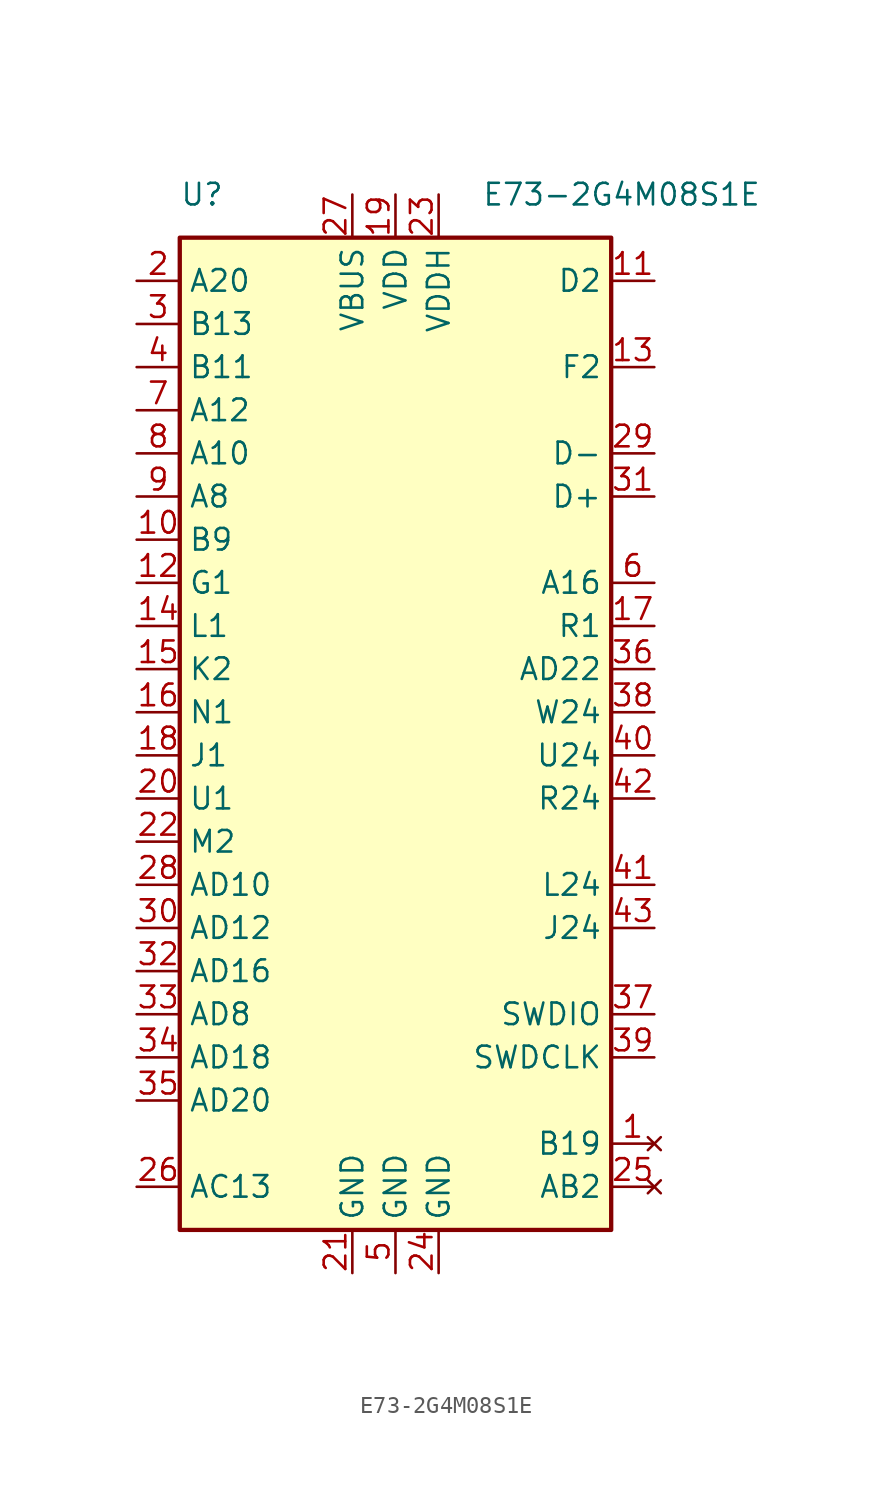
<source format=kicad_sym>
(kicad_symbol_lib
  (version 20211014)
  (generator kicad_symbol_editor)
  (symbol "E73-2G4M08S1E"
    (property "Reference" "U"
      (at -12.7 30.48 0)
      (effects (font (size 1.27 1.27)) (justify left)))
    (property "Value" "E73-2G4M08S1E"
      (at 5.08 30.48 0)
      (effects (font (size 1.27 1.27)) (justify left)))
    (symbol "E73-2G4M08S1E_0_0"
      (pin bidirectional line (at 15.24 -5.08 180) (length 2.54) (name "R24" (effects (font (size 1.27 1.27)))) (number "42" (effects (font (size 1.27 1.27)))))
      (pin bidirectional line (at 15.24 -12.7 180) (length 2.54) (name "J24" (effects (font (size 1.27 1.27)))) (number "43" (effects (font (size 1.27 1.27))))))
    (symbol "E73-2G4M08S1E_0_1"
      (rectangle (start -12.7 27.94) (end 12.7 -30.48) (stroke (width 0.254) (type default) (color 0 0 0 0)) (fill (type background))))
    (symbol "E73-2G4M08S1E_1_1"
      (pin no_connect line (at 15.24 -25.4 180) (length 2.54) (name "B19" (effects (font (size 1.27 1.27)))) (number "1" (effects (font (size 1.27 1.27)))))
      (pin bidirectional line (at -15.24 10.16 0) (length 2.54) (name "B9" (effects (font (size 1.27 1.27)))) (number "10" (effects (font (size 1.27 1.27)))))
      (pin bidirectional line (at 15.24 25.4 180) (length 2.54) (name "D2" (effects (font (size 1.27 1.27)))) (number "11" (effects (font (size 1.27 1.27)))))
      (pin bidirectional line (at -15.24 7.62 0) (length 2.54) (name "G1" (effects (font (size 1.27 1.27)))) (number "12" (effects (font (size 1.27 1.27)))))
      (pin bidirectional line (at 15.24 20.32 180) (length 2.54) (name "F2" (effects (font (size 1.27 1.27)))) (number "13" (effects (font (size 1.27 1.27)))))
      (pin bidirectional line (at -15.24 5.08 0) (length 2.54) (name "L1" (effects (font (size 1.27 1.27)))) (number "14" (effects (font (size 1.27 1.27)))))
      (pin bidirectional line (at -15.24 2.54 0) (length 2.54) (name "K2" (effects (font (size 1.27 1.27)))) (number "15" (effects (font (size 1.27 1.27)))))
      (pin bidirectional line (at -15.24 0 0) (length 2.54) (name "N1" (effects (font (size 1.27 1.27)))) (number "16" (effects (font (size 1.27 1.27)))))
      (pin bidirectional line (at 15.24 5.08 180) (length 2.54) (name "R1" (effects (font (size 1.27 1.27)))) (number "17" (effects (font (size 1.27 1.27)))))
      (pin bidirectional line (at -15.24 -2.54 0) (length 2.54) (name "J1" (effects (font (size 1.27 1.27)))) (number "18" (effects (font (size 1.27 1.27)))))
      (pin passive line (at 0 30.48 270) (length 2.54) (name "VDD" (effects (font (size 1.27 1.27)))) (number "19" (effects (font (size 1.27 1.27)))))
      (pin bidirectional line (at -15.24 25.4 0) (length 2.54) (name "A20" (effects (font (size 1.27 1.27)))) (number "2" (effects (font (size 1.27 1.27)))))
      (pin bidirectional line (at -15.24 -5.08 0) (length 2.54) (name "U1" (effects (font (size 1.27 1.27)))) (number "20" (effects (font (size 1.27 1.27)))))
      (pin power_in line (at -2.54 -33.02 90) (length 2.54) (name "GND" (effects (font (size 1.27 1.27)))) (number "21" (effects (font (size 1.27 1.27)))))
      (pin bidirectional line (at -15.24 -7.62 0) (length 2.54) (name "M2" (effects (font (size 1.27 1.27)))) (number "22" (effects (font (size 1.27 1.27)))))
      (pin passive line (at 2.54 30.48 270) (length 2.54) (name "VDDH" (effects (font (size 1.27 1.27)))) (number "23" (effects (font (size 1.27 1.27)))))
      (pin power_in line (at 2.54 -33.02 90) (length 2.54) (name "GND" (effects (font (size 1.27 1.27)))) (number "24" (effects (font (size 1.27 1.27)))))
      (pin no_connect line (at 15.24 -27.94 180) (length 2.54) (name "AB2" (effects (font (size 1.27 1.27)))) (number "25" (effects (font (size 1.27 1.27)))))
      (pin bidirectional line (at -15.24 -27.94 0) (length 2.54) (name "AC13" (effects (font (size 1.27 1.27)))) (number "26" (effects (font (size 1.27 1.27)))))
      (pin passive line (at -2.54 30.48 270) (length 2.54) (name "VBUS" (effects (font (size 1.27 1.27)))) (number "27" (effects (font (size 1.27 1.27)))))
      (pin bidirectional line (at -15.24 -10.16 0) (length 2.54) (name "AD10" (effects (font (size 1.27 1.27)))) (number "28" (effects (font (size 1.27 1.27)))))
      (pin bidirectional line (at 15.24 15.24 180) (length 2.54) (name "D-" (effects (font (size 1.27 1.27)))) (number "29" (effects (font (size 1.27 1.27)))))
      (pin bidirectional line (at -15.24 22.86 0) (length 2.54) (name "B13" (effects (font (size 1.27 1.27)))) (number "3" (effects (font (size 1.27 1.27)))))
      (pin bidirectional line (at -15.24 -12.7 0) (length 2.54) (name "AD12" (effects (font (size 1.27 1.27)))) (number "30" (effects (font (size 1.27 1.27)))))
      (pin bidirectional line (at 15.24 12.7 180) (length 2.54) (name "D+" (effects (font (size 1.27 1.27)))) (number "31" (effects (font (size 1.27 1.27)))))
      (pin bidirectional line (at -15.24 -15.24 0) (length 2.54) (name "AD16" (effects (font (size 1.27 1.27)))) (number "32" (effects (font (size 1.27 1.27)))))
      (pin bidirectional line (at -15.24 -17.78 0) (length 2.54) (name "AD8" (effects (font (size 1.27 1.27)))) (number "33" (effects (font (size 1.27 1.27)))))
      (pin bidirectional line (at -15.24 -20.32 0) (length 2.54) (name "AD18" (effects (font (size 1.27 1.27)))) (number "34" (effects (font (size 1.27 1.27)))))
      (pin bidirectional line (at -15.24 -22.86 0) (length 2.54) (name "AD20" (effects (font (size 1.27 1.27)))) (number "35" (effects (font (size 1.27 1.27)))))
      (pin bidirectional line (at 15.24 2.54 180) (length 2.54) (name "AD22" (effects (font (size 1.27 1.27)))) (number "36" (effects (font (size 1.27 1.27)))))
      (pin bidirectional line (at 15.24 -17.78 180) (length 2.54) (name "SWDIO" (effects (font (size 1.27 1.27)))) (number "37" (effects (font (size 1.27 1.27)))))
      (pin bidirectional line (at 15.24 0 180) (length 2.54) (name "W24" (effects (font (size 1.27 1.27)))) (number "38" (effects (font (size 1.27 1.27)))))
      (pin input line (at 15.24 -20.32 180) (length 2.54) (name "SWDCLK" (effects (font (size 1.27 1.27)))) (number "39" (effects (font (size 1.27 1.27)))))
      (pin bidirectional line (at -15.24 20.32 0) (length 2.54) (name "B11" (effects (font (size 1.27 1.27)))) (number "4" (effects (font (size 1.27 1.27)))))
      (pin bidirectional line (at 15.24 -2.54 180) (length 2.54) (name "U24" (effects (font (size 1.27 1.27)))) (number "40" (effects (font (size 1.27 1.27)))))
      (pin bidirectional line (at 15.24 -10.16 180) (length 2.54) (name "L24" (effects (font (size 1.27 1.27)))) (number "41" (effects (font (size 1.27 1.27)))))
      (pin power_in line (at 0 -33.02 90) (length 2.54) (name "GND" (effects (font (size 1.27 1.27)))) (number "5" (effects (font (size 1.27 1.27)))))
      (pin bidirectional line (at 15.24 7.62 180) (length 2.54) (name "A16" (effects (font (size 1.27 1.27)))) (number "6" (effects (font (size 1.27 1.27)))))
      (pin bidirectional line (at -15.24 17.78 0) (length 2.54) (name "A12" (effects (font (size 1.27 1.27)))) (number "7" (effects (font (size 1.27 1.27)))))
      (pin bidirectional line (at -15.24 15.24 0) (length 2.54) (name "A10" (effects (font (size 1.27 1.27)))) (number "8" (effects (font (size 1.27 1.27)))))
      (pin bidirectional line (at -15.24 12.7 0) (length 2.54) (name "A8" (effects (font (size 1.27 1.27)))) (number "9" (effects (font (size 1.27 1.27))))))))
</source>
